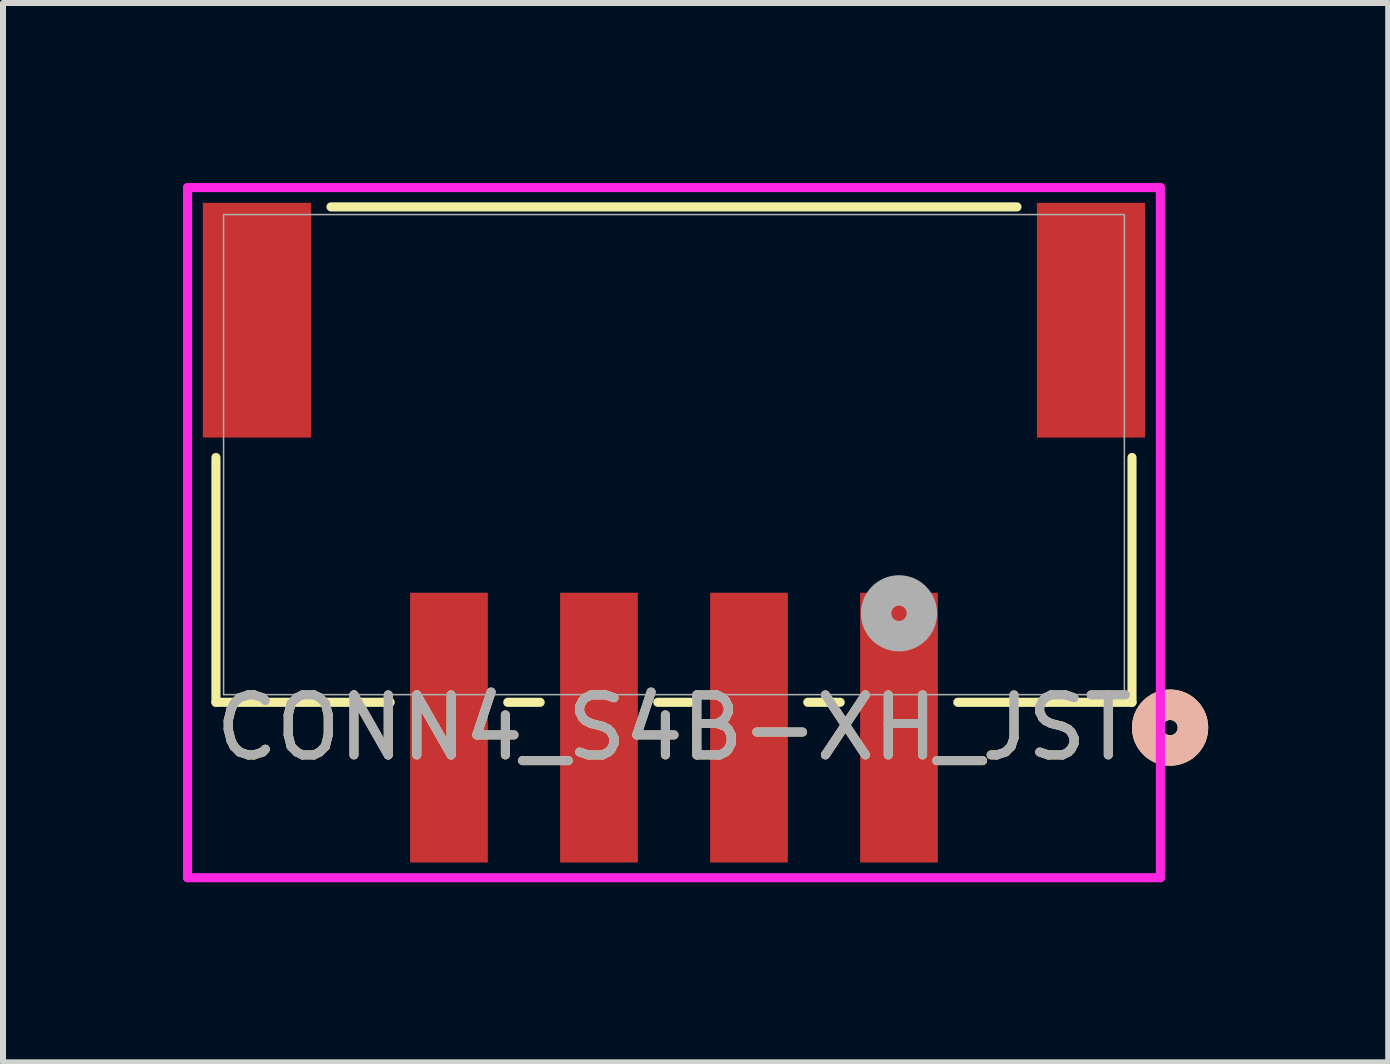
<source format=kicad_pcb>
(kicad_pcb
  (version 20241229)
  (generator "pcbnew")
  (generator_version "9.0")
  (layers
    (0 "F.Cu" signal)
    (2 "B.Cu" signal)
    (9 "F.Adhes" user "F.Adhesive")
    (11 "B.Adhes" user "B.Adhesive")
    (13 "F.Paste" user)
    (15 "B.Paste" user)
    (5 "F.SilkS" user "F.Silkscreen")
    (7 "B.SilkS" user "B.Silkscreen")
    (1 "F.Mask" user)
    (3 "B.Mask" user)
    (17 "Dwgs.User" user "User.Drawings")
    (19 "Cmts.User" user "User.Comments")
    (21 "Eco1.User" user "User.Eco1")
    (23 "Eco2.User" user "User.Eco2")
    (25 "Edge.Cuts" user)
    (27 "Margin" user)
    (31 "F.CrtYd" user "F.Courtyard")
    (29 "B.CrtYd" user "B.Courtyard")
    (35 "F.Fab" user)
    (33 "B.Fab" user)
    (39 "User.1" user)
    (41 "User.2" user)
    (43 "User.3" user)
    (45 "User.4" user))
  (footprint "CONN4_S4B-XH_JST"
    (layer "F.Cu")
    (at 8.182 4.526)
    (property "Reference" "CONN4_S4B-XH_JST" (at 0 4.55 0) (unlocked yes) (layer "F.SilkS") (effects (font (size 1 1) (thickness 0.15))))
    (attr smd)
    (fp_line (start -7.633 0.048) (end -7.633 4.128) (stroke (width 0.152) (type solid)) (layer "F.SilkS"))
    (fp_line (start -7.633 4.128) (end -4.73 4.128) (stroke (width 0.152) (type solid)) (layer "F.SilkS"))
    (fp_line (start -2.77 4.128) (end -2.23 4.128) (stroke (width 0.152) (type solid)) (layer "F.SilkS"))
    (fp_line (start -0.27 4.128) (end 0.27 4.128) (stroke (width 0.152) (type solid)) (layer "F.SilkS"))
    (fp_line (start 2.23 4.128) (end 2.77 4.128) (stroke (width 0.152) (type solid)) (layer "F.SilkS"))
    (fp_line (start 4.73 4.128) (end 7.633 4.128) (stroke (width 0.152) (type solid)) (layer "F.SilkS"))
    (fp_line (start 5.716 -4.128) (end -5.716 -4.128) (stroke (width 0.152) (type solid)) (layer "F.SilkS"))
    (fp_line (start 7.633 4.128) (end 7.633 0.048) (stroke (width 0.152) (type solid)) (layer "F.SilkS"))
    (fp_circle (center 8.268 4.55) (end 8.649 4.55) (stroke (width 0.508) (type solid)) (fill no) (layer "F.SilkS"))
    (fp_circle (center 8.268 4.55) (end 8.649 4.55) (stroke (width 0.508) (type solid)) (fill no) (layer "B.SilkS"))
    (fp_line (start -8.106 -4.45) (end -8.106 7.051) (stroke (width 0.152) (type solid)) (layer "F.CrtYd"))
    (fp_line (start -8.106 7.051) (end 8.106 7.051) (stroke (width 0.152) (type solid)) (layer "F.CrtYd"))
    (fp_line (start 8.106 -4.45) (end -8.106 -4.45) (stroke (width 0.152) (type solid)) (layer "F.CrtYd"))
    (fp_line (start 8.106 7.051) (end 8.106 -4.45) (stroke (width 0.152) (type solid)) (layer "F.CrtYd"))
    (fp_line (start -7.506 -4) (end -7.506 4) (stroke (width 0.025) (type solid)) (layer "F.Fab"))
    (fp_line (start -7.506 4) (end 7.506 4) (stroke (width 0.025) (type solid)) (layer "F.Fab"))
    (fp_line (start 7.506 -4) (end -7.506 -4) (stroke (width 0.025) (type solid)) (layer "F.Fab"))
    (fp_line (start 7.506 4) (end 7.506 -4) (stroke (width 0.025) (type solid)) (layer "F.Fab"))
    (fp_circle (center 3.75 2.645) (end 4.131 2.645) (stroke (width 0.508) (type solid)) (fill no) (layer "F.Fab"))
    (fp_text user "${REFERENCE}" (at 0 4.55 0) (unlocked yes) (layer "F.Fab") (effects (font (size 1 1) (thickness 0.15))))
    (pad "1" smd rect (at 3.75 4.55) (size 1.295 4.496) (layers "F.Cu" "F.Mask" "F.Paste"))
    (pad "2" smd rect (at 1.25 4.55) (size 1.295 4.496) (layers "F.Cu" "F.Mask" "F.Paste"))
    (pad "3" smd rect (at -1.25 4.55) (size 1.295 4.496) (layers "F.Cu" "F.Mask" "F.Paste"))
    (pad "4" smd rect (at -3.75 4.55) (size 1.295 4.496) (layers "F.Cu" "F.Mask" "F.Paste"))
    (pad "5" smd rect (at -6.95 -2.24) (size 1.803 3.912) (layers "F.Cu" "F.Mask" "F.Paste"))
    (pad "6" smd rect (at 6.95 -2.24) (size 1.803 3.912) (layers "F.Cu" "F.Mask" "F.Paste")))
  (gr_rect
    (start -3 -3)
    (end 20.085 14.654)
    (stroke (width 0.1) (type default))
    (fill no)
    (layer "Edge.Cuts")))
</source>
